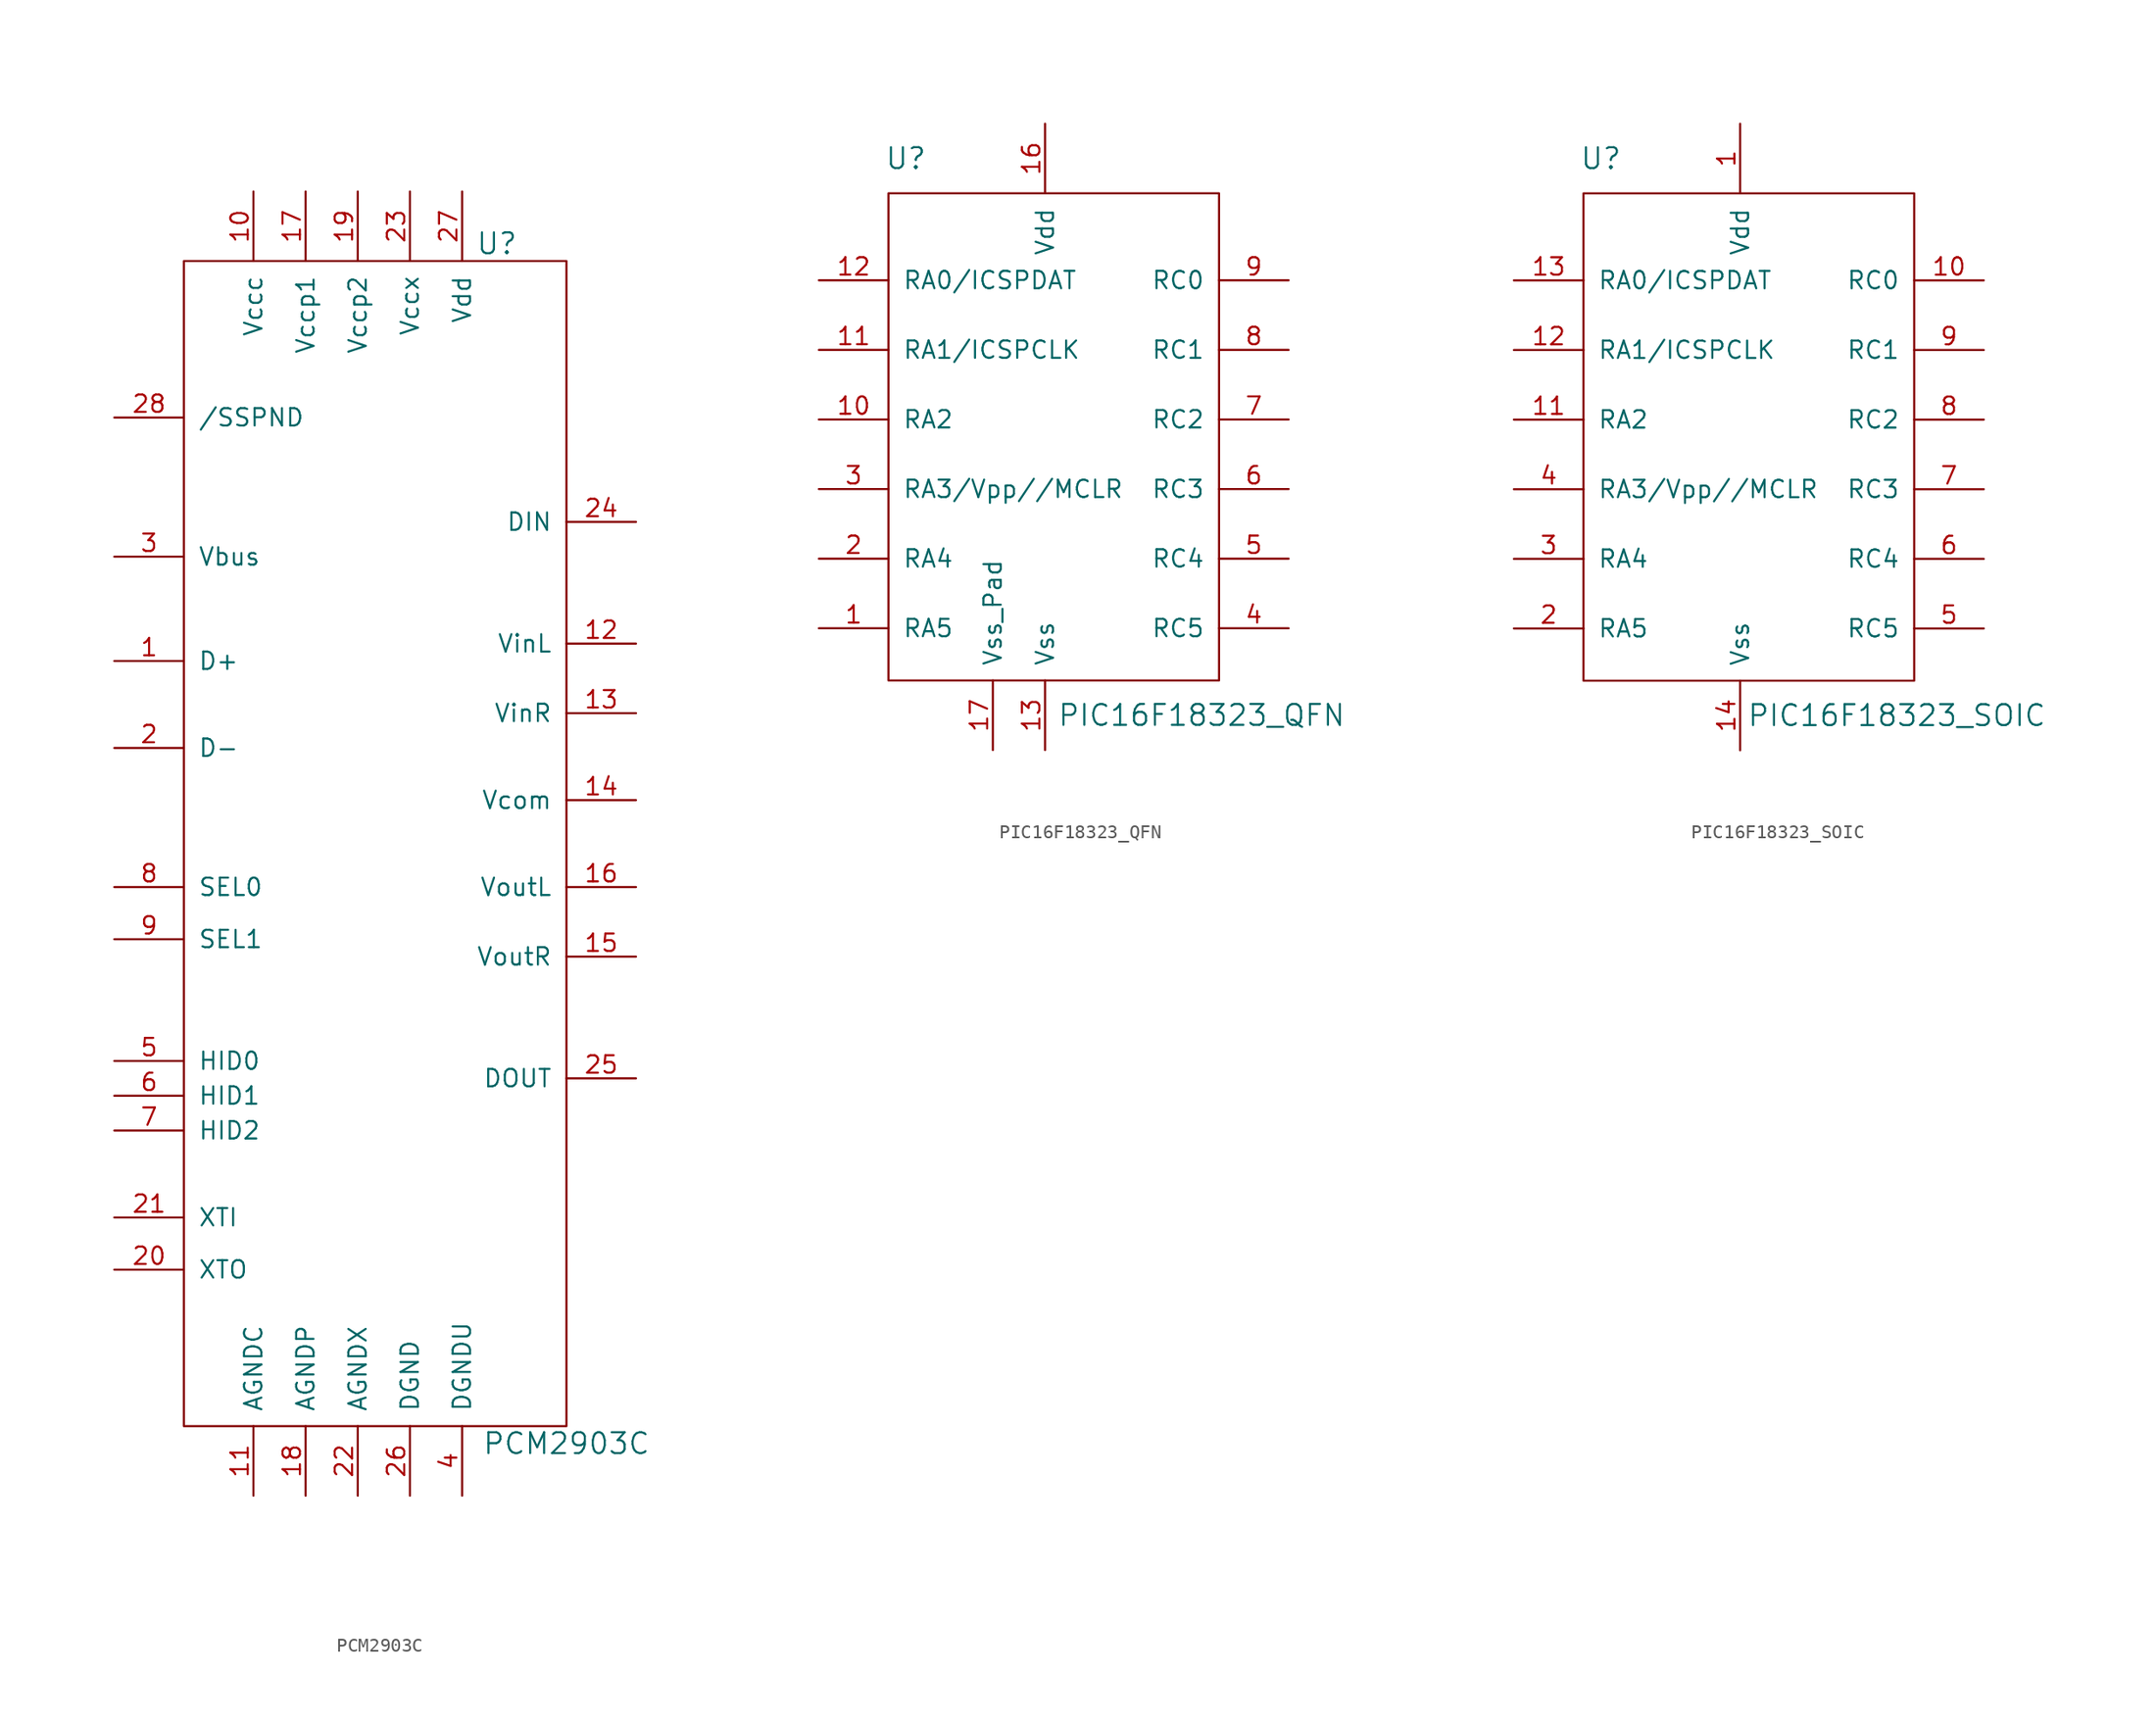
<source format=kicad_sym>
(kicad_symbol_lib
  (version 20211014)
  (generator kicad_symbol_editor)
  (symbol "PCM2903C"
    (pin_names
      (offset 1.016))
    (property "Reference" "U"
      (at 10.16 40.64 0)
      (effects (font (size 1.524 1.524))))
    (property "Value" "PCM2903C"
      (at 15.24 -46.99 0)
      (effects (font (size 1.524 1.524))))
    (symbol "PCM2903C_0_1"
      (rectangle (start 15.24 39.37) (end -12.7 -45.72) (stroke (width 0) (type default) (color 0 0 0 0)) (fill (type none))))
    (symbol "PCM2903C_1_1"
      (pin input line (at -17.78 10.16 0) (length 5.08) (name "D+" (effects (font (size 1.27 1.27)))) (number "1" (effects (font (size 1.27 1.27)))))
      (pin input line (at -7.62 44.45 270) (length 5.08) (name "Vccc" (effects (font (size 1.27 1.27)))) (number "10" (effects (font (size 1.27 1.27)))))
      (pin input line (at -7.62 -50.8 90) (length 5.08) (name "AGNDC" (effects (font (size 1.27 1.27)))) (number "11" (effects (font (size 1.27 1.27)))))
      (pin input line (at 20.32 11.43 180) (length 5.08) (name "VinL" (effects (font (size 1.27 1.27)))) (number "12" (effects (font (size 1.27 1.27)))))
      (pin input line (at 20.32 6.35 180) (length 5.08) (name "VinR" (effects (font (size 1.27 1.27)))) (number "13" (effects (font (size 1.27 1.27)))))
      (pin input line (at 20.32 0 180) (length 5.08) (name "Vcom" (effects (font (size 1.27 1.27)))) (number "14" (effects (font (size 1.27 1.27)))))
      (pin input line (at 20.32 -11.43 180) (length 5.08) (name "VoutR" (effects (font (size 1.27 1.27)))) (number "15" (effects (font (size 1.27 1.27)))))
      (pin input line (at 20.32 -6.35 180) (length 5.08) (name "VoutL" (effects (font (size 1.27 1.27)))) (number "16" (effects (font (size 1.27 1.27)))))
      (pin input line (at -3.81 44.45 270) (length 5.08) (name "Vccp1" (effects (font (size 1.27 1.27)))) (number "17" (effects (font (size 1.27 1.27)))))
      (pin input line (at -3.81 -50.8 90) (length 5.08) (name "AGNDP" (effects (font (size 1.27 1.27)))) (number "18" (effects (font (size 1.27 1.27)))))
      (pin input line (at 0 44.45 270) (length 5.08) (name "Vccp2" (effects (font (size 1.27 1.27)))) (number "19" (effects (font (size 1.27 1.27)))))
      (pin input line (at -17.78 3.81 0) (length 5.08) (name "D-" (effects (font (size 1.27 1.27)))) (number "2" (effects (font (size 1.27 1.27)))))
      (pin input line (at -17.78 -34.29 0) (length 5.08) (name "XTO" (effects (font (size 1.27 1.27)))) (number "20" (effects (font (size 1.27 1.27)))))
      (pin input line (at -17.78 -30.48 0) (length 5.08) (name "XTI" (effects (font (size 1.27 1.27)))) (number "21" (effects (font (size 1.27 1.27)))))
      (pin input line (at 0 -50.8 90) (length 5.08) (name "AGNDX" (effects (font (size 1.27 1.27)))) (number "22" (effects (font (size 1.27 1.27)))))
      (pin input line (at 3.81 44.45 270) (length 5.08) (name "Vccx" (effects (font (size 1.27 1.27)))) (number "23" (effects (font (size 1.27 1.27)))))
      (pin input line (at 20.32 20.32 180) (length 5.08) (name "DIN" (effects (font (size 1.27 1.27)))) (number "24" (effects (font (size 1.27 1.27)))))
      (pin input line (at 20.32 -20.32 180) (length 5.08) (name "DOUT" (effects (font (size 1.27 1.27)))) (number "25" (effects (font (size 1.27 1.27)))))
      (pin input line (at 3.81 -50.8 90) (length 5.08) (name "DGND" (effects (font (size 1.27 1.27)))) (number "26" (effects (font (size 1.27 1.27)))))
      (pin input line (at 7.62 44.45 270) (length 5.08) (name "Vdd" (effects (font (size 1.27 1.27)))) (number "27" (effects (font (size 1.27 1.27)))))
      (pin input line (at -17.78 27.94 0) (length 5.08) (name "/SSPND" (effects (font (size 1.27 1.27)))) (number "28" (effects (font (size 1.27 1.27)))))
      (pin input line (at -17.78 17.78 0) (length 5.08) (name "Vbus" (effects (font (size 1.27 1.27)))) (number "3" (effects (font (size 1.27 1.27)))))
      (pin input line (at 7.62 -50.8 90) (length 5.08) (name "DGNDU" (effects (font (size 1.27 1.27)))) (number "4" (effects (font (size 1.27 1.27)))))
      (pin input line (at -17.78 -19.05 0) (length 5.08) (name "HID0" (effects (font (size 1.27 1.27)))) (number "5" (effects (font (size 1.27 1.27)))))
      (pin input line (at -17.78 -21.59 0) (length 5.08) (name "HID1" (effects (font (size 1.27 1.27)))) (number "6" (effects (font (size 1.27 1.27)))))
      (pin input line (at -17.78 -24.13 0) (length 5.08) (name "HID2" (effects (font (size 1.27 1.27)))) (number "7" (effects (font (size 1.27 1.27)))))
      (pin input line (at -17.78 -6.35 0) (length 5.08) (name "SEL0" (effects (font (size 1.27 1.27)))) (number "8" (effects (font (size 1.27 1.27)))))
      (pin input line (at -17.78 -10.16 0) (length 5.08) (name "SEL1" (effects (font (size 1.27 1.27)))) (number "9" (effects (font (size 1.27 1.27)))))))
  (symbol "PIC16F18323_QFN"
    (pin_names
      (offset 1.016))
    (property "Reference" "U"
      (at -10.16 13.97 0)
      (effects (font (size 1.524 1.524))))
    (property "Value" "PIC16F18323_QFN"
      (at 11.43 -26.67 0)
      (effects (font (size 1.524 1.524))))
    (property "Footprint" ""
      (at 1.27 0 0)
      (effects (font (size 1.524 1.524))))
    (property "Datasheet" ""
      (at 1.27 0 0)
      (effects (font (size 1.524 1.524))))
    (symbol "PIC16F18323_QFN_0_1"
      (rectangle (start 12.7 11.43) (end -11.43 -24.13) (stroke (width 0) (type default) (color 0 0 0 0)) (fill (type none))))
    (symbol "PIC16F18323_QFN_1_1"
      (pin input line (at -16.51 -20.32 0) (length 5.08) (name "RA5" (effects (font (size 1.27 1.27)))) (number "1" (effects (font (size 1.27 1.27)))))
      (pin input line (at -16.51 -5.08 0) (length 5.08) (name "RA2" (effects (font (size 1.27 1.27)))) (number "10" (effects (font (size 1.27 1.27)))))
      (pin input line (at -16.51 0 0) (length 5.08) (name "RA1/ICSPCLK" (effects (font (size 1.27 1.27)))) (number "11" (effects (font (size 1.27 1.27)))))
      (pin input line (at -16.51 5.08 0) (length 5.08) (name "RA0/ICSPDAT" (effects (font (size 1.27 1.27)))) (number "12" (effects (font (size 1.27 1.27)))))
      (pin input line (at 0 -29.21 90) (length 5.08) (name "Vss" (effects (font (size 1.27 1.27)))) (number "13" (effects (font (size 1.27 1.27)))))
      (pin input line (at 17.78 -22.86 180) (length 5.08) hide (name "NC" (effects (font (size 1.27 1.27)))) (number "14" (effects (font (size 1.27 1.27)))))
      (pin input line (at -16.51 -22.86 0) (length 5.08) hide (name "NC" (effects (font (size 1.27 1.27)))) (number "15" (effects (font (size 1.27 1.27)))))
      (pin input line (at 0 16.51 270) (length 5.08) (name "Vdd" (effects (font (size 1.27 1.27)))) (number "16" (effects (font (size 1.27 1.27)))))
      (pin input line (at -3.81 -29.21 90) (length 5.08) (name "Vss_Pad" (effects (font (size 1.27 1.27)))) (number "17" (effects (font (size 1.27 1.27)))))
      (pin input line (at -16.51 -15.24 0) (length 5.08) (name "RA4" (effects (font (size 1.27 1.27)))) (number "2" (effects (font (size 1.27 1.27)))))
      (pin input line (at -16.51 -10.16 0) (length 5.08) (name "RA3/Vpp//MCLR" (effects (font (size 1.27 1.27)))) (number "3" (effects (font (size 1.27 1.27)))))
      (pin input line (at 17.78 -20.32 180) (length 5.08) (name "RC5" (effects (font (size 1.27 1.27)))) (number "4" (effects (font (size 1.27 1.27)))))
      (pin input line (at 17.78 -15.24 180) (length 5.08) (name "RC4" (effects (font (size 1.27 1.27)))) (number "5" (effects (font (size 1.27 1.27)))))
      (pin input line (at 17.78 -10.16 180) (length 5.08) (name "RC3" (effects (font (size 1.27 1.27)))) (number "6" (effects (font (size 1.27 1.27)))))
      (pin input line (at 17.78 -5.08 180) (length 5.08) (name "RC2" (effects (font (size 1.27 1.27)))) (number "7" (effects (font (size 1.27 1.27)))))
      (pin input line (at 17.78 0 180) (length 5.08) (name "RC1" (effects (font (size 1.27 1.27)))) (number "8" (effects (font (size 1.27 1.27)))))
      (pin input line (at 17.78 5.08 180) (length 5.08) (name "RC0" (effects (font (size 1.27 1.27)))) (number "9" (effects (font (size 1.27 1.27)))))))
  (symbol "PIC16F18323_SOIC"
    (pin_names
      (offset 1.016))
    (property "Reference" "U"
      (at -10.16 13.97 0)
      (effects (font (size 1.524 1.524))))
    (property "Value" "PIC16F18323_SOIC"
      (at 11.43 -26.67 0)
      (effects (font (size 1.524 1.524))))
    (property "Footprint" ""
      (at 1.27 0 0)
      (effects (font (size 1.524 1.524))))
    (property "Datasheet" ""
      (at 1.27 0 0)
      (effects (font (size 1.524 1.524))))
    (symbol "PIC16F18323_SOIC_0_1"
      (rectangle (start 12.7 11.43) (end -11.43 -24.13) (stroke (width 0) (type default) (color 0 0 0 0)) (fill (type none))))
    (symbol "PIC16F18323_SOIC_1_1"
      (pin input line (at 0 16.51 270) (length 5.08) (name "Vdd" (effects (font (size 1.27 1.27)))) (number "1" (effects (font (size 1.27 1.27)))))
      (pin input line (at 17.78 5.08 180) (length 5.08) (name "RC0" (effects (font (size 1.27 1.27)))) (number "10" (effects (font (size 1.27 1.27)))))
      (pin input line (at -16.51 -5.08 0) (length 5.08) (name "RA2" (effects (font (size 1.27 1.27)))) (number "11" (effects (font (size 1.27 1.27)))))
      (pin input line (at -16.51 0 0) (length 5.08) (name "RA1/ICSPCLK" (effects (font (size 1.27 1.27)))) (number "12" (effects (font (size 1.27 1.27)))))
      (pin input line (at -16.51 5.08 0) (length 5.08) (name "RA0/ICSPDAT" (effects (font (size 1.27 1.27)))) (number "13" (effects (font (size 1.27 1.27)))))
      (pin input line (at 0 -29.21 90) (length 5.08) (name "Vss" (effects (font (size 1.27 1.27)))) (number "14" (effects (font (size 1.27 1.27)))))
      (pin input line (at -16.51 -20.32 0) (length 5.08) (name "RA5" (effects (font (size 1.27 1.27)))) (number "2" (effects (font (size 1.27 1.27)))))
      (pin input line (at -16.51 -15.24 0) (length 5.08) (name "RA4" (effects (font (size 1.27 1.27)))) (number "3" (effects (font (size 1.27 1.27)))))
      (pin input line (at -16.51 -10.16 0) (length 5.08) (name "RA3/Vpp//MCLR" (effects (font (size 1.27 1.27)))) (number "4" (effects (font (size 1.27 1.27)))))
      (pin input line (at 17.78 -20.32 180) (length 5.08) (name "RC5" (effects (font (size 1.27 1.27)))) (number "5" (effects (font (size 1.27 1.27)))))
      (pin input line (at 17.78 -15.24 180) (length 5.08) (name "RC4" (effects (font (size 1.27 1.27)))) (number "6" (effects (font (size 1.27 1.27)))))
      (pin input line (at 17.78 -10.16 180) (length 5.08) (name "RC3" (effects (font (size 1.27 1.27)))) (number "7" (effects (font (size 1.27 1.27)))))
      (pin input line (at 17.78 -5.08 180) (length 5.08) (name "RC2" (effects (font (size 1.27 1.27)))) (number "8" (effects (font (size 1.27 1.27)))))
      (pin input line (at 17.78 0 180) (length 5.08) (name "RC1" (effects (font (size 1.27 1.27)))) (number "9" (effects (font (size 1.27 1.27))))))))
</source>
